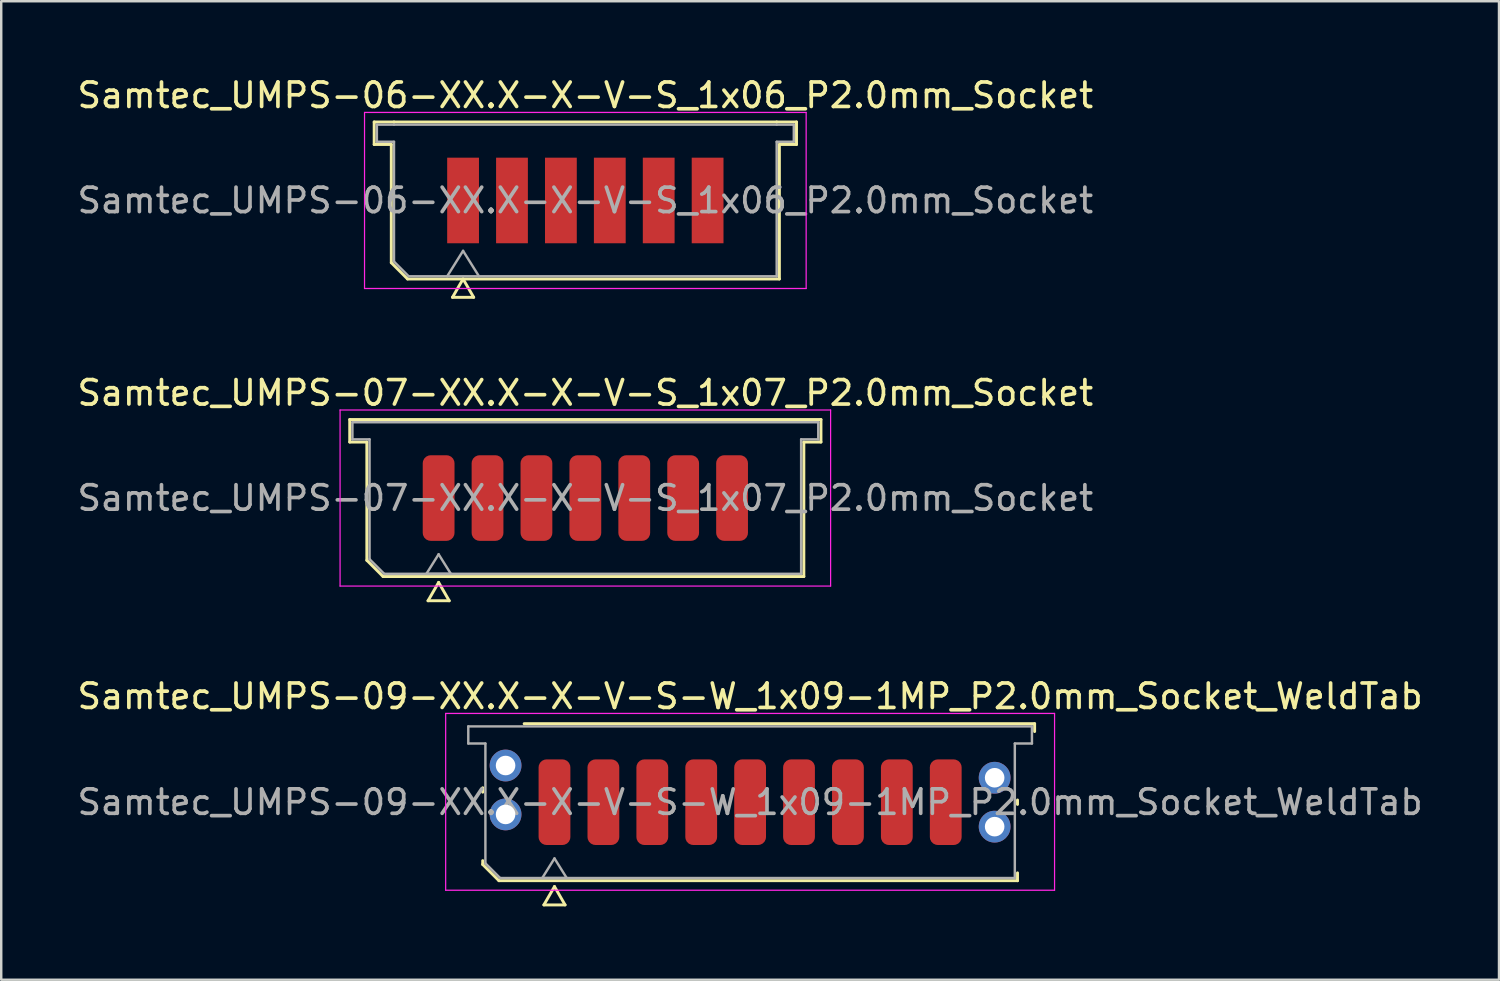
<source format=kicad_pcb>
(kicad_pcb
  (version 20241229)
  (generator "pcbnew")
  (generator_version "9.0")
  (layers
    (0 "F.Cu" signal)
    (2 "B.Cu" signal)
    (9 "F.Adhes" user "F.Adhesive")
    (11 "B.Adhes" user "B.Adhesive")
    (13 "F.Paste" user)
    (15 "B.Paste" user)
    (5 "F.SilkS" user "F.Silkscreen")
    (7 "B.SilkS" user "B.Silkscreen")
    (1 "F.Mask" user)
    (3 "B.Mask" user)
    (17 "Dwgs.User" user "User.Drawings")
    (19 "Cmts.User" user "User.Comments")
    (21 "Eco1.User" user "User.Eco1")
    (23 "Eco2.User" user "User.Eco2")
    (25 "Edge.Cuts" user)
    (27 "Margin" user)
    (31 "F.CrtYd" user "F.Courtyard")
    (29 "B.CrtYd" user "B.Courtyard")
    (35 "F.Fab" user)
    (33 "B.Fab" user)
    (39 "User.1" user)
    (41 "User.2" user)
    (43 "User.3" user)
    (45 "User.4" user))
  (footprint "Samtec_UMPS-07-XX.X-X-V-S_1x07_P2.0mm_Socket"
    (layer "F.Cu")
    (at 20.887 17.317)
    (property "Reference" "Samtec_UMPS-07-XX.X-X-V-S_1x07_P2.0mm_Socket" (at 0 -4.3 0) (layer "F.SilkS") (effects (font (size 1 1) (thickness 0.15))))
    (attr smd)
    (fp_line (start -9.635 -3.21) (end 9.635 -3.21) (stroke (width 0.12) (type solid)) (layer "F.SilkS"))
    (fp_line (start -9.635 -2.29) (end -9.635 -3.21) (stroke (width 0.12) (type solid)) (layer "F.SilkS"))
    (fp_line (start -8.935 -2.29) (end -9.635 -2.29) (stroke (width 0.12) (type solid)) (layer "F.SilkS"))
    (fp_line (start -8.935 2.546) (end -8.935 -2.29) (stroke (width 0.12) (type solid)) (layer "F.SilkS"))
    (fp_line (start -8.271 3.21) (end -8.935 2.546) (stroke (width 0.12) (type solid)) (layer "F.SilkS"))
    (fp_line (start -6.433 4.2) (end -6 3.45) (stroke (width 0.12) (type solid)) (layer "F.SilkS"))
    (fp_line (start -6 3.45) (end -5.567 4.2) (stroke (width 0.12) (type solid)) (layer "F.SilkS"))
    (fp_line (start -5.567 4.2) (end -6.433 4.2) (stroke (width 0.12) (type solid)) (layer "F.SilkS"))
    (fp_line (start 8.935 -2.29) (end 8.935 3.21) (stroke (width 0.12) (type solid)) (layer "F.SilkS"))
    (fp_line (start 8.935 3.21) (end -8.271 3.21) (stroke (width 0.12) (type solid)) (layer "F.SilkS"))
    (fp_line (start 9.635 -3.21) (end 9.635 -2.29) (stroke (width 0.12) (type solid)) (layer "F.SilkS"))
    (fp_line (start 9.635 -2.29) (end 8.935 -2.29) (stroke (width 0.12) (type solid)) (layer "F.SilkS"))
    (fp_line (start -10.03 -3.6) (end -10.03 3.6) (stroke (width 0.05) (type solid)) (layer "F.CrtYd"))
    (fp_line (start -10.03 3.6) (end 10.03 3.6) (stroke (width 0.05) (type solid)) (layer "F.CrtYd"))
    (fp_line (start 10.03 -3.6) (end -10.03 -3.6) (stroke (width 0.05) (type solid)) (layer "F.CrtYd"))
    (fp_line (start 10.03 3.6) (end 10.03 -3.6) (stroke (width 0.05) (type solid)) (layer "F.CrtYd"))
    (fp_line (start -9.525 -3.1) (end 9.525 -3.1) (stroke (width 0.1) (type solid)) (layer "F.Fab"))
    (fp_line (start -9.525 -2.4) (end -9.525 -3.1) (stroke (width 0.1) (type solid)) (layer "F.Fab"))
    (fp_line (start -8.825 -2.4) (end -9.525 -2.4) (stroke (width 0.1) (type solid)) (layer "F.Fab"))
    (fp_line (start -8.825 2.5) (end -8.825 -2.4) (stroke (width 0.1) (type solid)) (layer "F.Fab"))
    (fp_line (start -8.225 3.1) (end -8.825 2.5) (stroke (width 0.1) (type solid)) (layer "F.Fab"))
    (fp_line (start -6.5 3.1) (end -6 2.3) (stroke (width 0.1) (type solid)) (layer "F.Fab"))
    (fp_line (start -6 2.3) (end -5.5 3.1) (stroke (width 0.1) (type solid)) (layer "F.Fab"))
    (fp_line (start -5.5 3.1) (end -6.5 3.1) (stroke (width 0.1) (type solid)) (layer "F.Fab"))
    (fp_line (start 8.825 -2.4) (end 8.825 3.1) (stroke (width 0.1) (type solid)) (layer "F.Fab"))
    (fp_line (start 8.825 3.1) (end -8.225 3.1) (stroke (width 0.1) (type solid)) (layer "F.Fab"))
    (fp_line (start 9.525 -3.1) (end 9.525 -2.4) (stroke (width 0.1) (type solid)) (layer "F.Fab"))
    (fp_line (start 9.525 -2.4) (end 8.825 -2.4) (stroke (width 0.1) (type solid)) (layer "F.Fab"))
    (fp_text user "${REFERENCE}" (at 0 0 0) (layer "F.Fab") (effects (font (size 1 1) (thickness 0.15))))
    (pad "1" smd roundrect (at -6 0) (size 1.3 3.5) (layers "F.Cu" "F.Mask" "F.Paste") (roundrect_rratio 0.25))
    (pad "2" smd roundrect (at -4 0) (size 1.3 3.5) (layers "F.Cu" "F.Mask" "F.Paste") (roundrect_rratio 0.25))
    (pad "3" smd roundrect (at -2 0) (size 1.3 3.5) (layers "F.Cu" "F.Mask" "F.Paste") (roundrect_rratio 0.25))
    (pad "4" smd roundrect (at 0 0) (size 1.3 3.5) (layers "F.Cu" "F.Mask" "F.Paste") (roundrect_rratio 0.25))
    (pad "5" smd roundrect (at 2 0) (size 1.3 3.5) (layers "F.Cu" "F.Mask" "F.Paste") (roundrect_rratio 0.25))
    (pad "6" smd roundrect (at 4 0) (size 1.3 3.5) (layers "F.Cu" "F.Mask" "F.Paste") (roundrect_rratio 0.25))
    (pad "7" smd roundrect (at 6 0) (size 1.3 3.5) (layers "F.Cu" "F.Mask" "F.Paste") (roundrect_rratio 0.25)))
  (footprint "Samtec_UMPS-09-XX.X-X-V-S-W_1x09-1MP_P2.0mm_Socket_WeldTab"
    (layer "F.Cu")
    (at 27.625 29.755)
    (property "Reference" "Samtec_UMPS-09-XX.X-X-V-S-W_1x09-1MP_P2.0mm_Socket_WeldTab" (at 0 -4.33 0) (layer "F.SilkS") (effects (font (size 1 1) (thickness 0.15))))
    (attr smd)
    (fp_line (start -10.935 -0.41) (end -10.935 -0.59) (stroke (width 0.12) (type solid)) (layer "F.SilkS"))
    (fp_line (start -10.935 2.546) (end -10.935 2.39) (stroke (width 0.12) (type solid)) (layer "F.SilkS"))
    (fp_line (start -10.271 3.21) (end -10.935 2.546) (stroke (width 0.12) (type solid)) (layer "F.SilkS"))
    (fp_line (start -9.24 -3.21) (end 11.635 -3.21) (stroke (width 0.12) (type solid)) (layer "F.SilkS"))
    (fp_line (start -8.433 4.2) (end -8 3.45) (stroke (width 0.12) (type solid)) (layer "F.SilkS"))
    (fp_line (start -8 3.45) (end -7.567 4.2) (stroke (width 0.12) (type solid)) (layer "F.SilkS"))
    (fp_line (start -7.567 4.2) (end -8.433 4.2) (stroke (width 0.12) (type solid)) (layer "F.SilkS"))
    (fp_line (start 10.935 -0.09) (end 10.935 0.09) (stroke (width 0.12) (type solid)) (layer "F.SilkS"))
    (fp_line (start 10.935 2.89) (end 10.935 3.21) (stroke (width 0.12) (type solid)) (layer "F.SilkS"))
    (fp_line (start 10.935 3.21) (end -10.271 3.21) (stroke (width 0.12) (type solid)) (layer "F.SilkS"))
    (fp_line (start 11.635 -3.21) (end 11.635 -2.89) (stroke (width 0.12) (type solid)) (layer "F.SilkS"))
    (fp_line (start -12.45 -3.63) (end -12.45 3.6) (stroke (width 0.05) (type solid)) (layer "F.CrtYd"))
    (fp_line (start -12.45 3.6) (end 12.45 3.6) (stroke (width 0.05) (type solid)) (layer "F.CrtYd"))
    (fp_line (start 12.45 -3.63) (end -12.45 -3.63) (stroke (width 0.05) (type solid)) (layer "F.CrtYd"))
    (fp_line (start 12.45 3.6) (end 12.45 -3.63) (stroke (width 0.05) (type solid)) (layer "F.CrtYd"))
    (fp_line (start -11.525 -3.1) (end 11.525 -3.1) (stroke (width 0.1) (type solid)) (layer "F.Fab"))
    (fp_line (start -11.525 -2.4) (end -11.525 -3.1) (stroke (width 0.1) (type solid)) (layer "F.Fab"))
    (fp_line (start -10.825 -2.4) (end -11.525 -2.4) (stroke (width 0.1) (type solid)) (layer "F.Fab"))
    (fp_line (start -10.825 2.5) (end -10.825 -2.4) (stroke (width 0.1) (type solid)) (layer "F.Fab"))
    (fp_line (start -10.225 3.1) (end -10.825 2.5) (stroke (width 0.1) (type solid)) (layer "F.Fab"))
    (fp_line (start -8.5 3.1) (end -8 2.3) (stroke (width 0.1) (type solid)) (layer "F.Fab"))
    (fp_line (start -8 2.3) (end -7.5 3.1) (stroke (width 0.1) (type solid)) (layer "F.Fab"))
    (fp_line (start -7.5 3.1) (end -8.5 3.1) (stroke (width 0.1) (type solid)) (layer "F.Fab"))
    (fp_line (start 10.825 -2.4) (end 10.825 3.1) (stroke (width 0.1) (type solid)) (layer "F.Fab"))
    (fp_line (start 10.825 3.1) (end -10.225 3.1) (stroke (width 0.1) (type solid)) (layer "F.Fab"))
    (fp_line (start 11.525 -3.1) (end 11.525 -2.4) (stroke (width 0.1) (type solid)) (layer "F.Fab"))
    (fp_line (start 11.525 -2.4) (end 10.825 -2.4) (stroke (width 0.1) (type solid)) (layer "F.Fab"))
    (fp_text user "${REFERENCE}" (at 0 0 0) (layer "F.Fab") (effects (font (size 1 1) (thickness 0.15))))
    (pad "" smd rect (at -10.725 -1.99) (size 2.45 2.28) (layers "F.Paste"))
    (pad "" smd rect (at -10.725 0.99) (size 2.45 2.28) (layers "F.Paste"))
    (pad "" smd rect (at 10.725 -1.49) (size 2.45 2.28) (layers "F.Paste"))
    (pad "" smd rect (at 10.725 1.49) (size 2.45 2.28) (layers "F.Paste"))
    (pad "1" smd roundrect (at -8 0) (size 1.3 3.5) (layers "F.Cu" "F.Mask" "F.Paste") (roundrect_rratio 0.25))
    (pad "2" smd roundrect (at -6 0) (size 1.3 3.5) (layers "F.Cu" "F.Mask" "F.Paste") (roundrect_rratio 0.25))
    (pad "3" smd roundrect (at -4 0) (size 1.3 3.5) (layers "F.Cu" "F.Mask" "F.Paste") (roundrect_rratio 0.25))
    (pad "4" smd roundrect (at -2 0) (size 1.3 3.5) (layers "F.Cu" "F.Mask" "F.Paste") (roundrect_rratio 0.25))
    (pad "5" smd roundrect (at 0 0) (size 1.3 3.5) (layers "F.Cu" "F.Mask" "F.Paste") (roundrect_rratio 0.25))
    (pad "6" smd roundrect (at 2 0) (size 1.3 3.5) (layers "F.Cu" "F.Mask" "F.Paste") (roundrect_rratio 0.25))
    (pad "7" smd roundrect (at 4 0) (size 1.3 3.5) (layers "F.Cu" "F.Mask" "F.Paste") (roundrect_rratio 0.25))
    (pad "8" smd roundrect (at 6 0) (size 1.3 3.5) (layers "F.Cu" "F.Mask" "F.Paste") (roundrect_rratio 0.25))
    (pad "9" smd roundrect (at 8 0) (size 1.3 3.5) (layers "F.Cu" "F.Mask" "F.Paste") (roundrect_rratio 0.25))
    (pad "MP" thru_hole circle (at -10 -1.5) (size 1.3 1.3) (drill 0.8) (layers "*.Cu" "*.Mask"))
    (pad "MP" thru_hole circle (at -10 0.5) (size 1.3 1.3) (drill 0.8) (layers "*.Cu" "*.Mask"))
    (pad "MP" thru_hole circle (at 10 -1) (size 1.3 1.3) (drill 0.8) (layers "*.Cu" "*.Mask"))
    (pad "MP" thru_hole circle (at 10 1) (size 1.3 1.3) (drill 0.8) (layers "*.Cu" "*.Mask")))
  (footprint "Samtec_UMPS-06-XX.X-X-V-S_1x06_P2.0mm_Socket"
    (layer "F.Cu")
    (at 20.887 5.148)
    (property "Reference" "Samtec_UMPS-06-XX.X-X-V-S_1x06_P2.0mm_Socket" (at 0 -4.3 0) (layer "F.SilkS") (effects (font (size 1 1) (thickness 0.15))))
    (attr smd)
    (fp_line (start -8.635 -3.21) (end -7.825 -3.21) (stroke (width 0.12) (type solid)) (layer "F.SilkS"))
    (fp_line (start -8.635 -2.29) (end -8.635 -3.21) (stroke (width 0.12) (type solid)) (layer "F.SilkS"))
    (fp_line (start -7.935 -2.29) (end -8.635 -2.29) (stroke (width 0.12) (type solid)) (layer "F.SilkS"))
    (fp_line (start -7.935 2.546) (end -7.935 -2.29) (stroke (width 0.12) (type solid)) (layer "F.SilkS"))
    (fp_line (start -7.825 -3.21) (end 7.825 -3.21) (stroke (width 0.12) (type solid)) (layer "F.SilkS"))
    (fp_line (start -7.271 3.21) (end -7.935 2.546) (stroke (width 0.12) (type solid)) (layer "F.SilkS"))
    (fp_line (start -5.433 3.96) (end -5 3.21) (stroke (width 0.12) (type solid)) (layer "F.SilkS"))
    (fp_line (start -5 3.21) (end -4.567 3.96) (stroke (width 0.12) (type solid)) (layer "F.SilkS"))
    (fp_line (start -4.567 3.96) (end -5.433 3.96) (stroke (width 0.12) (type solid)) (layer "F.SilkS"))
    (fp_line (start 7.825 -3.21) (end 8.635 -3.21) (stroke (width 0.12) (type solid)) (layer "F.SilkS"))
    (fp_line (start 7.935 -2.29) (end 7.935 3.21) (stroke (width 0.12) (type solid)) (layer "F.SilkS"))
    (fp_line (start 7.935 3.21) (end -7.271 3.21) (stroke (width 0.12) (type solid)) (layer "F.SilkS"))
    (fp_line (start 8.635 -3.21) (end 8.635 -2.29) (stroke (width 0.12) (type solid)) (layer "F.SilkS"))
    (fp_line (start 8.635 -2.29) (end 7.935 -2.29) (stroke (width 0.12) (type solid)) (layer "F.SilkS"))
    (fp_line (start -9.03 -3.6) (end -9.03 3.6) (stroke (width 0.05) (type solid)) (layer "F.CrtYd"))
    (fp_line (start -9.03 3.6) (end 9.03 3.6) (stroke (width 0.05) (type solid)) (layer "F.CrtYd"))
    (fp_line (start 9.03 -3.6) (end -9.03 -3.6) (stroke (width 0.05) (type solid)) (layer "F.CrtYd"))
    (fp_line (start 9.03 3.6) (end 9.03 -3.6) (stroke (width 0.05) (type solid)) (layer "F.CrtYd"))
    (fp_line (start -8.525 -3.1) (end -7.825 -3.1) (stroke (width 0.1) (type solid)) (layer "F.Fab"))
    (fp_line (start -8.525 -2.4) (end -8.525 -3.1) (stroke (width 0.1) (type solid)) (layer "F.Fab"))
    (fp_line (start -7.825 -3.1) (end 7.825 -3.1) (stroke (width 0.1) (type solid)) (layer "F.Fab"))
    (fp_line (start -7.825 -2.4) (end -8.525 -2.4) (stroke (width 0.1) (type solid)) (layer "F.Fab"))
    (fp_line (start -7.825 2.5) (end -7.825 -2.4) (stroke (width 0.1) (type solid)) (layer "F.Fab"))
    (fp_line (start -7.225 3.1) (end -7.825 2.5) (stroke (width 0.1) (type solid)) (layer "F.Fab"))
    (fp_line (start -5 2.06) (end -5.65 3.1) (stroke (width 0.1) (type solid)) (layer "F.Fab"))
    (fp_line (start -5 2.06) (end -4.35 3.1) (stroke (width 0.1) (type solid)) (layer "F.Fab"))
    (fp_line (start 7.825 -3.1) (end 8.525 -3.1) (stroke (width 0.1) (type solid)) (layer "F.Fab"))
    (fp_line (start 7.825 -2.4) (end 7.825 3.1) (stroke (width 0.1) (type solid)) (layer "F.Fab"))
    (fp_line (start 7.825 3.1) (end -7.225 3.1) (stroke (width 0.1) (type solid)) (layer "F.Fab"))
    (fp_line (start 8.525 -3.1) (end 8.525 -2.4) (stroke (width 0.1) (type solid)) (layer "F.Fab"))
    (fp_line (start 8.525 -2.4) (end 7.825 -2.4) (stroke (width 0.1) (type solid)) (layer "F.Fab"))
    (fp_text user "${REFERENCE}" (at 0 0 0) (layer "F.Fab") (effects (font (size 1 1) (thickness 0.15))))
    (pad "1" smd rect (at -5 0) (size 1.3 3.5) (layers "F.Cu" "F.Mask" "F.Paste"))
    (pad "2" smd rect (at -3 0) (size 1.3 3.5) (layers "F.Cu" "F.Mask" "F.Paste"))
    (pad "3" smd rect (at -1 0) (size 1.3 3.5) (layers "F.Cu" "F.Mask" "F.Paste"))
    (pad "4" smd rect (at 1 0) (size 1.3 3.5) (layers "F.Cu" "F.Mask" "F.Paste"))
    (pad "5" smd rect (at 3 0) (size 1.3 3.5) (layers "F.Cu" "F.Mask" "F.Paste"))
    (pad "6" smd rect (at 5 0) (size 1.3 3.5) (layers "F.Cu" "F.Mask" "F.Paste")))
  (gr_rect
    (start -3 -3)
    (end 58.25 37.015)
    (stroke (width 0.1) (type default))
    (fill no)
    (layer "Edge.Cuts")))
</source>
